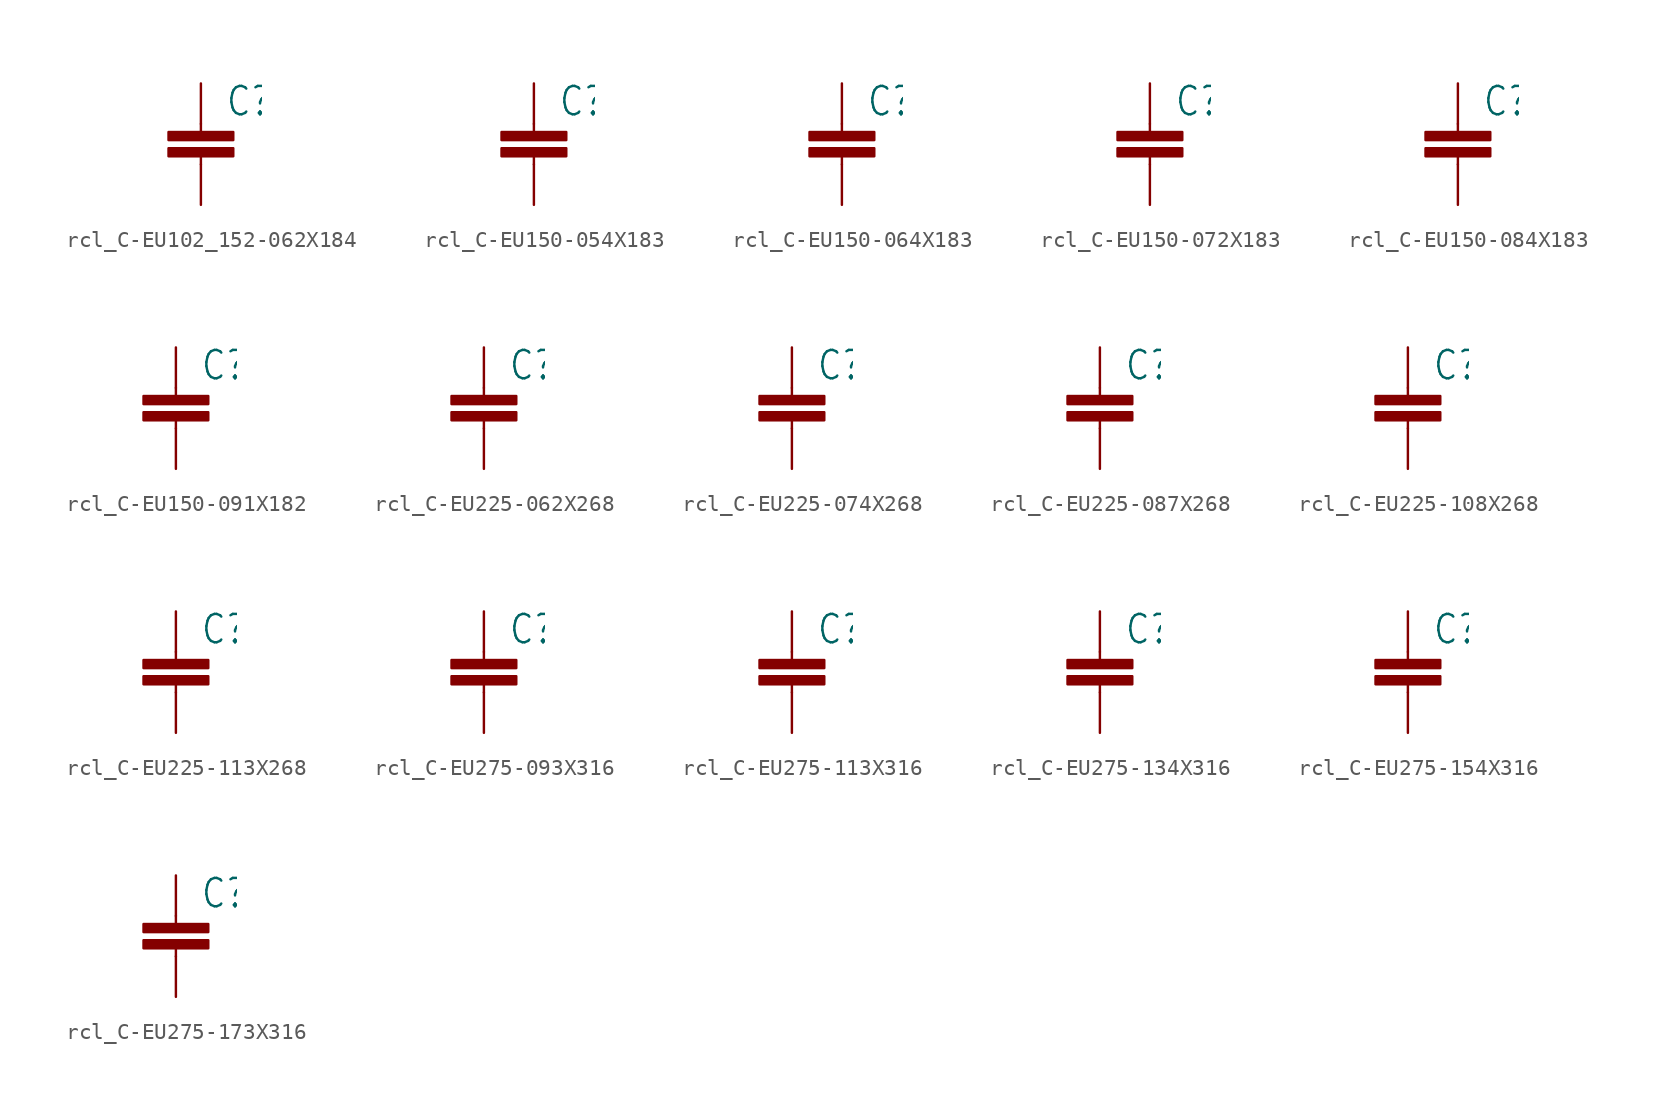
<source format=kicad_sym>
(kicad_symbol_lib
  (version 20231120)
  (generator "kicad_symbol_editor")
  (generator_version "8.0")
  (symbol "rcl_C-EU102_152-062X184"
    (property "Reference" "C"
      (at 1.524 0.381 0)
      (effects (font (size 1.778 1.511)) (justify left bottom)))
    (property "Value" ""
      (at 1.524 -4.699 0)
      (effects (font (size 1.778 1.511)) (justify left bottom)))
    (property "ki_locked" ""
      (at 0 0 0)
      (effects (font (size 1.27 1.27))))
    (symbol "rcl_C-EU102_152-062X184_1_0"
      (rectangle (start -2.032 -2.032) (end 2.032 -1.524) (stroke (width 0) (type default)) (fill (type outline)))
      (rectangle (start -2.032 -1.016) (end 2.032 -0.508) (stroke (width 0) (type default)) (fill (type outline)))
      (polyline (pts (xy 0 -2.54) (xy 0 -2.032)) (stroke (width 0.152) (type solid)) (fill (type none)))
      (polyline (pts (xy 0 0) (xy 0 -0.508)) (stroke (width 0.152) (type solid)) (fill (type none)))
      (pin passive line (at 0 2.54 270) (length 2.54) (name "1" (effects (font (size 0 0)))) (number "1" (effects (font (size 0 0)))))
      (pin passive line (at 0 -5.08 90) (length 2.54) (name "2" (effects (font (size 0 0)))) (number "2" (effects (font (size 0 0)))))))
  (symbol "rcl_C-EU150-054X183"
    (property "Reference" "C"
      (at 1.524 0.381 0)
      (effects (font (size 1.778 1.511)) (justify left bottom)))
    (property "Value" ""
      (at 1.524 -4.699 0)
      (effects (font (size 1.778 1.511)) (justify left bottom)))
    (property "ki_locked" ""
      (at 0 0 0)
      (effects (font (size 1.27 1.27))))
    (symbol "rcl_C-EU150-054X183_1_0"
      (rectangle (start -2.032 -2.032) (end 2.032 -1.524) (stroke (width 0) (type default)) (fill (type outline)))
      (rectangle (start -2.032 -1.016) (end 2.032 -0.508) (stroke (width 0) (type default)) (fill (type outline)))
      (polyline (pts (xy 0 -2.54) (xy 0 -2.032)) (stroke (width 0.152) (type solid)) (fill (type none)))
      (polyline (pts (xy 0 0) (xy 0 -0.508)) (stroke (width 0.152) (type solid)) (fill (type none)))
      (pin passive line (at 0 2.54 270) (length 2.54) (name "1" (effects (font (size 0 0)))) (number "1" (effects (font (size 0 0)))))
      (pin passive line (at 0 -5.08 90) (length 2.54) (name "2" (effects (font (size 0 0)))) (number "2" (effects (font (size 0 0)))))))
  (symbol "rcl_C-EU150-064X183"
    (property "Reference" "C"
      (at 1.524 0.381 0)
      (effects (font (size 1.778 1.511)) (justify left bottom)))
    (property "Value" ""
      (at 1.524 -4.699 0)
      (effects (font (size 1.778 1.511)) (justify left bottom)))
    (property "ki_locked" ""
      (at 0 0 0)
      (effects (font (size 1.27 1.27))))
    (symbol "rcl_C-EU150-064X183_1_0"
      (rectangle (start -2.032 -2.032) (end 2.032 -1.524) (stroke (width 0) (type default)) (fill (type outline)))
      (rectangle (start -2.032 -1.016) (end 2.032 -0.508) (stroke (width 0) (type default)) (fill (type outline)))
      (polyline (pts (xy 0 -2.54) (xy 0 -2.032)) (stroke (width 0.152) (type solid)) (fill (type none)))
      (polyline (pts (xy 0 0) (xy 0 -0.508)) (stroke (width 0.152) (type solid)) (fill (type none)))
      (pin passive line (at 0 2.54 270) (length 2.54) (name "1" (effects (font (size 0 0)))) (number "1" (effects (font (size 0 0)))))
      (pin passive line (at 0 -5.08 90) (length 2.54) (name "2" (effects (font (size 0 0)))) (number "2" (effects (font (size 0 0)))))))
  (symbol "rcl_C-EU150-072X183"
    (property "Reference" "C"
      (at 1.524 0.381 0)
      (effects (font (size 1.778 1.511)) (justify left bottom)))
    (property "Value" ""
      (at 1.524 -4.699 0)
      (effects (font (size 1.778 1.511)) (justify left bottom)))
    (property "ki_locked" ""
      (at 0 0 0)
      (effects (font (size 1.27 1.27))))
    (symbol "rcl_C-EU150-072X183_1_0"
      (rectangle (start -2.032 -2.032) (end 2.032 -1.524) (stroke (width 0) (type default)) (fill (type outline)))
      (rectangle (start -2.032 -1.016) (end 2.032 -0.508) (stroke (width 0) (type default)) (fill (type outline)))
      (polyline (pts (xy 0 -2.54) (xy 0 -2.032)) (stroke (width 0.152) (type solid)) (fill (type none)))
      (polyline (pts (xy 0 0) (xy 0 -0.508)) (stroke (width 0.152) (type solid)) (fill (type none)))
      (pin passive line (at 0 2.54 270) (length 2.54) (name "1" (effects (font (size 0 0)))) (number "1" (effects (font (size 0 0)))))
      (pin passive line (at 0 -5.08 90) (length 2.54) (name "2" (effects (font (size 0 0)))) (number "2" (effects (font (size 0 0)))))))
  (symbol "rcl_C-EU150-084X183"
    (property "Reference" "C"
      (at 1.524 0.381 0)
      (effects (font (size 1.778 1.511)) (justify left bottom)))
    (property "Value" ""
      (at 1.524 -4.699 0)
      (effects (font (size 1.778 1.511)) (justify left bottom)))
    (property "ki_locked" ""
      (at 0 0 0)
      (effects (font (size 1.27 1.27))))
    (symbol "rcl_C-EU150-084X183_1_0"
      (rectangle (start -2.032 -2.032) (end 2.032 -1.524) (stroke (width 0) (type default)) (fill (type outline)))
      (rectangle (start -2.032 -1.016) (end 2.032 -0.508) (stroke (width 0) (type default)) (fill (type outline)))
      (polyline (pts (xy 0 -2.54) (xy 0 -2.032)) (stroke (width 0.152) (type solid)) (fill (type none)))
      (polyline (pts (xy 0 0) (xy 0 -0.508)) (stroke (width 0.152) (type solid)) (fill (type none)))
      (pin passive line (at 0 2.54 270) (length 2.54) (name "1" (effects (font (size 0 0)))) (number "1" (effects (font (size 0 0)))))
      (pin passive line (at 0 -5.08 90) (length 2.54) (name "2" (effects (font (size 0 0)))) (number "2" (effects (font (size 0 0)))))))
  (symbol "rcl_C-EU150-091X182"
    (property "Reference" "C"
      (at 1.524 0.381 0)
      (effects (font (size 1.778 1.511)) (justify left bottom)))
    (property "Value" ""
      (at 1.524 -4.699 0)
      (effects (font (size 1.778 1.511)) (justify left bottom)))
    (property "ki_locked" ""
      (at 0 0 0)
      (effects (font (size 1.27 1.27))))
    (symbol "rcl_C-EU150-091X182_1_0"
      (rectangle (start -2.032 -2.032) (end 2.032 -1.524) (stroke (width 0) (type default)) (fill (type outline)))
      (rectangle (start -2.032 -1.016) (end 2.032 -0.508) (stroke (width 0) (type default)) (fill (type outline)))
      (polyline (pts (xy 0 -2.54) (xy 0 -2.032)) (stroke (width 0.152) (type solid)) (fill (type none)))
      (polyline (pts (xy 0 0) (xy 0 -0.508)) (stroke (width 0.152) (type solid)) (fill (type none)))
      (pin passive line (at 0 2.54 270) (length 2.54) (name "1" (effects (font (size 0 0)))) (number "1" (effects (font (size 0 0)))))
      (pin passive line (at 0 -5.08 90) (length 2.54) (name "2" (effects (font (size 0 0)))) (number "2" (effects (font (size 0 0)))))))
  (symbol "rcl_C-EU225-062X268"
    (property "Reference" "C"
      (at 1.524 0.381 0)
      (effects (font (size 1.778 1.511)) (justify left bottom)))
    (property "Value" ""
      (at 1.524 -4.699 0)
      (effects (font (size 1.778 1.511)) (justify left bottom)))
    (property "ki_locked" ""
      (at 0 0 0)
      (effects (font (size 1.27 1.27))))
    (symbol "rcl_C-EU225-062X268_1_0"
      (rectangle (start -2.032 -2.032) (end 2.032 -1.524) (stroke (width 0) (type default)) (fill (type outline)))
      (rectangle (start -2.032 -1.016) (end 2.032 -0.508) (stroke (width 0) (type default)) (fill (type outline)))
      (polyline (pts (xy 0 -2.54) (xy 0 -2.032)) (stroke (width 0.152) (type solid)) (fill (type none)))
      (polyline (pts (xy 0 0) (xy 0 -0.508)) (stroke (width 0.152) (type solid)) (fill (type none)))
      (pin passive line (at 0 2.54 270) (length 2.54) (name "1" (effects (font (size 0 0)))) (number "1" (effects (font (size 0 0)))))
      (pin passive line (at 0 -5.08 90) (length 2.54) (name "2" (effects (font (size 0 0)))) (number "2" (effects (font (size 0 0)))))))
  (symbol "rcl_C-EU225-074X268"
    (property "Reference" "C"
      (at 1.524 0.381 0)
      (effects (font (size 1.778 1.511)) (justify left bottom)))
    (property "Value" ""
      (at 1.524 -4.699 0)
      (effects (font (size 1.778 1.511)) (justify left bottom)))
    (property "ki_locked" ""
      (at 0 0 0)
      (effects (font (size 1.27 1.27))))
    (symbol "rcl_C-EU225-074X268_1_0"
      (rectangle (start -2.032 -2.032) (end 2.032 -1.524) (stroke (width 0) (type default)) (fill (type outline)))
      (rectangle (start -2.032 -1.016) (end 2.032 -0.508) (stroke (width 0) (type default)) (fill (type outline)))
      (polyline (pts (xy 0 -2.54) (xy 0 -2.032)) (stroke (width 0.152) (type solid)) (fill (type none)))
      (polyline (pts (xy 0 0) (xy 0 -0.508)) (stroke (width 0.152) (type solid)) (fill (type none)))
      (pin passive line (at 0 2.54 270) (length 2.54) (name "1" (effects (font (size 0 0)))) (number "1" (effects (font (size 0 0)))))
      (pin passive line (at 0 -5.08 90) (length 2.54) (name "2" (effects (font (size 0 0)))) (number "2" (effects (font (size 0 0)))))))
  (symbol "rcl_C-EU225-087X268"
    (property "Reference" "C"
      (at 1.524 0.381 0)
      (effects (font (size 1.778 1.511)) (justify left bottom)))
    (property "Value" ""
      (at 1.524 -4.699 0)
      (effects (font (size 1.778 1.511)) (justify left bottom)))
    (property "ki_locked" ""
      (at 0 0 0)
      (effects (font (size 1.27 1.27))))
    (symbol "rcl_C-EU225-087X268_1_0"
      (rectangle (start -2.032 -2.032) (end 2.032 -1.524) (stroke (width 0) (type default)) (fill (type outline)))
      (rectangle (start -2.032 -1.016) (end 2.032 -0.508) (stroke (width 0) (type default)) (fill (type outline)))
      (polyline (pts (xy 0 -2.54) (xy 0 -2.032)) (stroke (width 0.152) (type solid)) (fill (type none)))
      (polyline (pts (xy 0 0) (xy 0 -0.508)) (stroke (width 0.152) (type solid)) (fill (type none)))
      (pin passive line (at 0 2.54 270) (length 2.54) (name "1" (effects (font (size 0 0)))) (number "1" (effects (font (size 0 0)))))
      (pin passive line (at 0 -5.08 90) (length 2.54) (name "2" (effects (font (size 0 0)))) (number "2" (effects (font (size 0 0)))))))
  (symbol "rcl_C-EU225-108X268"
    (property "Reference" "C"
      (at 1.524 0.381 0)
      (effects (font (size 1.778 1.511)) (justify left bottom)))
    (property "Value" ""
      (at 1.524 -4.699 0)
      (effects (font (size 1.778 1.511)) (justify left bottom)))
    (property "ki_locked" ""
      (at 0 0 0)
      (effects (font (size 1.27 1.27))))
    (symbol "rcl_C-EU225-108X268_1_0"
      (rectangle (start -2.032 -2.032) (end 2.032 -1.524) (stroke (width 0) (type default)) (fill (type outline)))
      (rectangle (start -2.032 -1.016) (end 2.032 -0.508) (stroke (width 0) (type default)) (fill (type outline)))
      (polyline (pts (xy 0 -2.54) (xy 0 -2.032)) (stroke (width 0.152) (type solid)) (fill (type none)))
      (polyline (pts (xy 0 0) (xy 0 -0.508)) (stroke (width 0.152) (type solid)) (fill (type none)))
      (pin passive line (at 0 2.54 270) (length 2.54) (name "1" (effects (font (size 0 0)))) (number "1" (effects (font (size 0 0)))))
      (pin passive line (at 0 -5.08 90) (length 2.54) (name "2" (effects (font (size 0 0)))) (number "2" (effects (font (size 0 0)))))))
  (symbol "rcl_C-EU225-113X268"
    (property "Reference" "C"
      (at 1.524 0.381 0)
      (effects (font (size 1.778 1.511)) (justify left bottom)))
    (property "Value" ""
      (at 1.524 -4.699 0)
      (effects (font (size 1.778 1.511)) (justify left bottom)))
    (property "ki_locked" ""
      (at 0 0 0)
      (effects (font (size 1.27 1.27))))
    (symbol "rcl_C-EU225-113X268_1_0"
      (rectangle (start -2.032 -2.032) (end 2.032 -1.524) (stroke (width 0) (type default)) (fill (type outline)))
      (rectangle (start -2.032 -1.016) (end 2.032 -0.508) (stroke (width 0) (type default)) (fill (type outline)))
      (polyline (pts (xy 0 -2.54) (xy 0 -2.032)) (stroke (width 0.152) (type solid)) (fill (type none)))
      (polyline (pts (xy 0 0) (xy 0 -0.508)) (stroke (width 0.152) (type solid)) (fill (type none)))
      (pin passive line (at 0 2.54 270) (length 2.54) (name "1" (effects (font (size 0 0)))) (number "1" (effects (font (size 0 0)))))
      (pin passive line (at 0 -5.08 90) (length 2.54) (name "2" (effects (font (size 0 0)))) (number "2" (effects (font (size 0 0)))))))
  (symbol "rcl_C-EU275-093X316"
    (property "Reference" "C"
      (at 1.524 0.381 0)
      (effects (font (size 1.778 1.511)) (justify left bottom)))
    (property "Value" ""
      (at 1.524 -4.699 0)
      (effects (font (size 1.778 1.511)) (justify left bottom)))
    (property "ki_locked" ""
      (at 0 0 0)
      (effects (font (size 1.27 1.27))))
    (symbol "rcl_C-EU275-093X316_1_0"
      (rectangle (start -2.032 -2.032) (end 2.032 -1.524) (stroke (width 0) (type default)) (fill (type outline)))
      (rectangle (start -2.032 -1.016) (end 2.032 -0.508) (stroke (width 0) (type default)) (fill (type outline)))
      (polyline (pts (xy 0 -2.54) (xy 0 -2.032)) (stroke (width 0.152) (type solid)) (fill (type none)))
      (polyline (pts (xy 0 0) (xy 0 -0.508)) (stroke (width 0.152) (type solid)) (fill (type none)))
      (pin passive line (at 0 2.54 270) (length 2.54) (name "1" (effects (font (size 0 0)))) (number "1" (effects (font (size 0 0)))))
      (pin passive line (at 0 -5.08 90) (length 2.54) (name "2" (effects (font (size 0 0)))) (number "2" (effects (font (size 0 0)))))))
  (symbol "rcl_C-EU275-113X316"
    (property "Reference" "C"
      (at 1.524 0.381 0)
      (effects (font (size 1.778 1.511)) (justify left bottom)))
    (property "Value" ""
      (at 1.524 -4.699 0)
      (effects (font (size 1.778 1.511)) (justify left bottom)))
    (property "ki_locked" ""
      (at 0 0 0)
      (effects (font (size 1.27 1.27))))
    (symbol "rcl_C-EU275-113X316_1_0"
      (rectangle (start -2.032 -2.032) (end 2.032 -1.524) (stroke (width 0) (type default)) (fill (type outline)))
      (rectangle (start -2.032 -1.016) (end 2.032 -0.508) (stroke (width 0) (type default)) (fill (type outline)))
      (polyline (pts (xy 0 -2.54) (xy 0 -2.032)) (stroke (width 0.152) (type solid)) (fill (type none)))
      (polyline (pts (xy 0 0) (xy 0 -0.508)) (stroke (width 0.152) (type solid)) (fill (type none)))
      (pin passive line (at 0 2.54 270) (length 2.54) (name "1" (effects (font (size 0 0)))) (number "1" (effects (font (size 0 0)))))
      (pin passive line (at 0 -5.08 90) (length 2.54) (name "2" (effects (font (size 0 0)))) (number "2" (effects (font (size 0 0)))))))
  (symbol "rcl_C-EU275-134X316"
    (property "Reference" "C"
      (at 1.524 0.381 0)
      (effects (font (size 1.778 1.511)) (justify left bottom)))
    (property "Value" ""
      (at 1.524 -4.699 0)
      (effects (font (size 1.778 1.511)) (justify left bottom)))
    (property "ki_locked" ""
      (at 0 0 0)
      (effects (font (size 1.27 1.27))))
    (symbol "rcl_C-EU275-134X316_1_0"
      (rectangle (start -2.032 -2.032) (end 2.032 -1.524) (stroke (width 0) (type default)) (fill (type outline)))
      (rectangle (start -2.032 -1.016) (end 2.032 -0.508) (stroke (width 0) (type default)) (fill (type outline)))
      (polyline (pts (xy 0 -2.54) (xy 0 -2.032)) (stroke (width 0.152) (type solid)) (fill (type none)))
      (polyline (pts (xy 0 0) (xy 0 -0.508)) (stroke (width 0.152) (type solid)) (fill (type none)))
      (pin passive line (at 0 2.54 270) (length 2.54) (name "1" (effects (font (size 0 0)))) (number "1" (effects (font (size 0 0)))))
      (pin passive line (at 0 -5.08 90) (length 2.54) (name "2" (effects (font (size 0 0)))) (number "2" (effects (font (size 0 0)))))))
  (symbol "rcl_C-EU275-154X316"
    (property "Reference" "C"
      (at 1.524 0.381 0)
      (effects (font (size 1.778 1.511)) (justify left bottom)))
    (property "Value" ""
      (at 1.524 -4.699 0)
      (effects (font (size 1.778 1.511)) (justify left bottom)))
    (property "ki_locked" ""
      (at 0 0 0)
      (effects (font (size 1.27 1.27))))
    (symbol "rcl_C-EU275-154X316_1_0"
      (rectangle (start -2.032 -2.032) (end 2.032 -1.524) (stroke (width 0) (type default)) (fill (type outline)))
      (rectangle (start -2.032 -1.016) (end 2.032 -0.508) (stroke (width 0) (type default)) (fill (type outline)))
      (polyline (pts (xy 0 -2.54) (xy 0 -2.032)) (stroke (width 0.152) (type solid)) (fill (type none)))
      (polyline (pts (xy 0 0) (xy 0 -0.508)) (stroke (width 0.152) (type solid)) (fill (type none)))
      (pin passive line (at 0 2.54 270) (length 2.54) (name "1" (effects (font (size 0 0)))) (number "1" (effects (font (size 0 0)))))
      (pin passive line (at 0 -5.08 90) (length 2.54) (name "2" (effects (font (size 0 0)))) (number "2" (effects (font (size 0 0)))))))
  (symbol "rcl_C-EU275-173X316"
    (property "Reference" "C"
      (at 1.524 0.381 0)
      (effects (font (size 1.778 1.511)) (justify left bottom)))
    (property "Value" ""
      (at 1.524 -4.699 0)
      (effects (font (size 1.778 1.511)) (justify left bottom)))
    (property "ki_locked" ""
      (at 0 0 0)
      (effects (font (size 1.27 1.27))))
    (symbol "rcl_C-EU275-173X316_1_0"
      (rectangle (start -2.032 -2.032) (end 2.032 -1.524) (stroke (width 0) (type default)) (fill (type outline)))
      (rectangle (start -2.032 -1.016) (end 2.032 -0.508) (stroke (width 0) (type default)) (fill (type outline)))
      (polyline (pts (xy 0 -2.54) (xy 0 -2.032)) (stroke (width 0.152) (type solid)) (fill (type none)))
      (polyline (pts (xy 0 0) (xy 0 -0.508)) (stroke (width 0.152) (type solid)) (fill (type none)))
      (pin passive line (at 0 2.54 270) (length 2.54) (name "1" (effects (font (size 0 0)))) (number "1" (effects (font (size 0 0)))))
      (pin passive line (at 0 -5.08 90) (length 2.54) (name "2" (effects (font (size 0 0)))) (number "2" (effects (font (size 0 0))))))))
</source>
